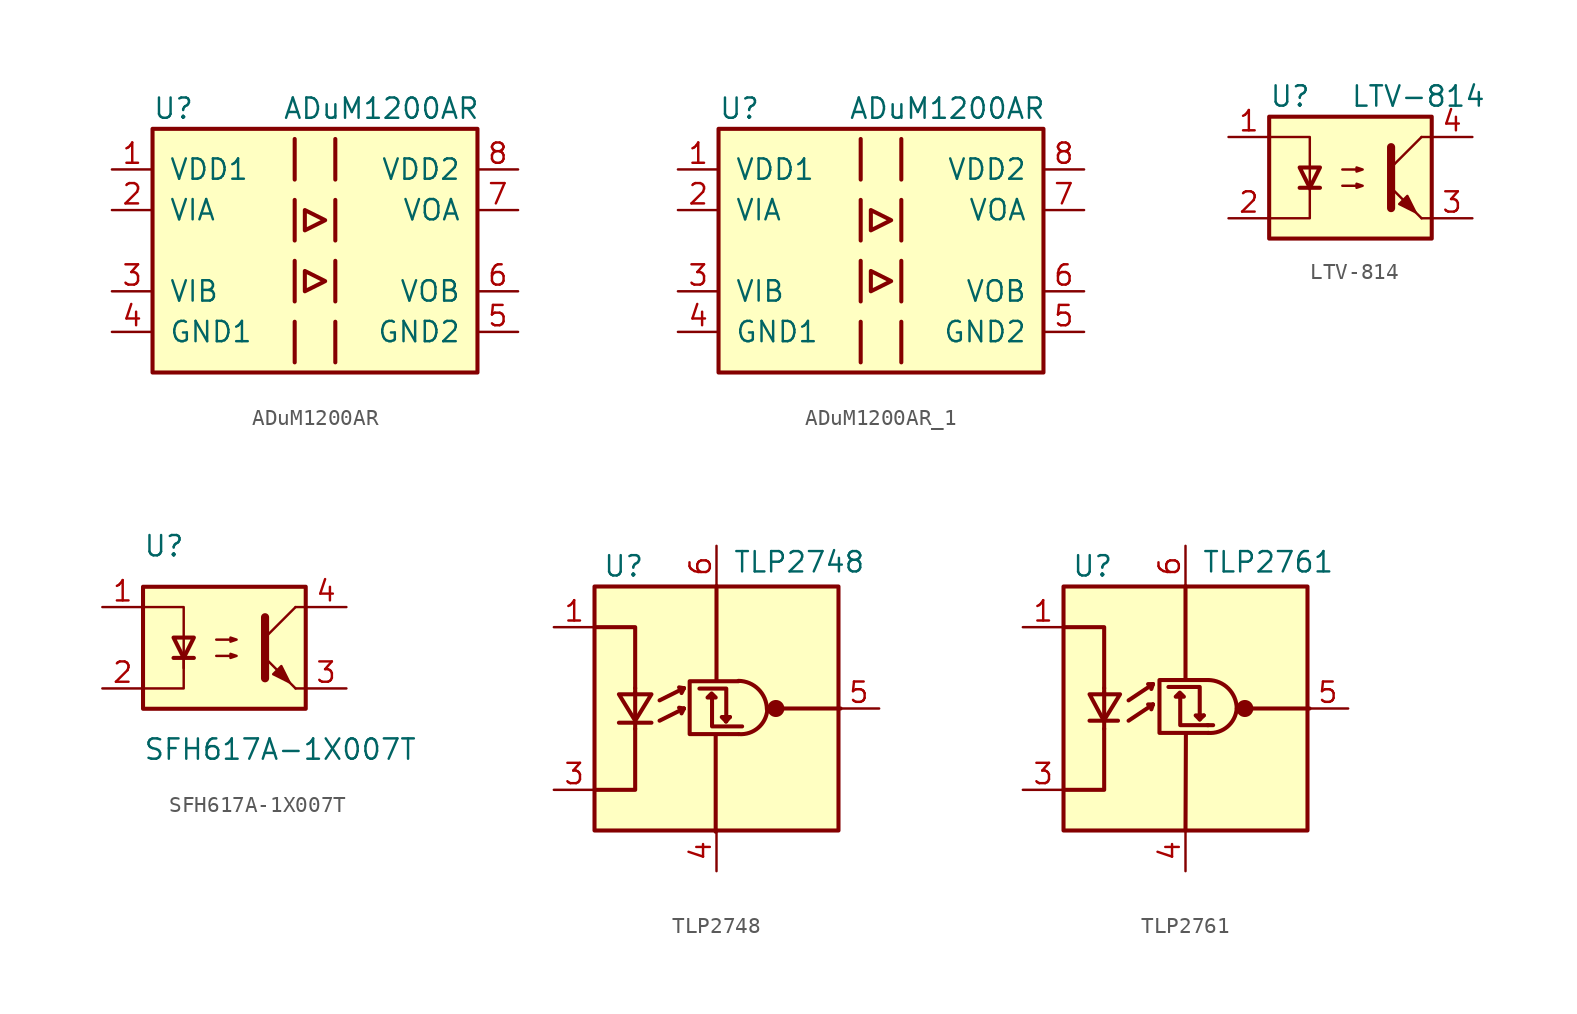
<source format=kicad_sym>
(kicad_symbol_lib
  (version 20220914)
  (generator kicad_symbol_editor)
  (symbol "ADuM1200AR"
    (pin_names
      (offset 1.016))
    (property "Reference" "U"
      (at -10.16 8.89 0)
      (effects (font (size 1.27 1.27)) (justify left)))
    (property "Value" "ADuM1200AR"
      (at -2.032 8.89 0)
      (effects (font (size 1.27 1.27)) (justify left)))
    (symbol "ADuM1200AR_0_1"
      (rectangle (start -10.16 7.62) (end 10.16 -7.62) (stroke (width 0.254) (type default)) (fill (type background)))
      (polyline (pts (xy -1.27 -4.445) (xy -1.27 -6.985)) (stroke (width 0.254) (type default)) (fill (type none)))
      (polyline (pts (xy -1.27 -0.635) (xy -1.27 -3.175)) (stroke (width 0.254) (type default)) (fill (type none)))
      (polyline (pts (xy -1.27 3.175) (xy -1.27 0.635)) (stroke (width 0.254) (type default)) (fill (type none)))
      (polyline (pts (xy -1.27 6.985) (xy -1.27 4.445)) (stroke (width 0.254) (type default)) (fill (type none)))
      (polyline (pts (xy 1.27 -4.445) (xy 1.27 -6.985)) (stroke (width 0.254) (type default)) (fill (type none)))
      (polyline (pts (xy 1.27 -0.635) (xy 1.27 -3.175)) (stroke (width 0.254) (type default)) (fill (type none)))
      (polyline (pts (xy 1.27 3.175) (xy 1.27 0.635)) (stroke (width 0.254) (type default)) (fill (type none)))
      (polyline (pts (xy 1.27 6.985) (xy 1.27 4.445)) (stroke (width 0.254) (type default)) (fill (type none)))
      (polyline (pts (xy -0.635 -1.27) (xy -0.635 -2.54) (xy 0.635 -1.905) (xy -0.635 -1.27)) (stroke (width 0.254) (type default)) (fill (type none)))
      (polyline (pts (xy -0.635 1.27) (xy 0.635 1.905) (xy -0.635 2.54) (xy -0.635 1.27)) (stroke (width 0.254) (type default)) (fill (type none))))
    (symbol "ADuM1200AR_1_1"
      (pin power_in line (at -12.7 5.08 0) (length 2.54) (name "VDD1" (effects (font (size 1.27 1.27)))) (number "1" (effects (font (size 1.27 1.27)))))
      (pin input line (at -12.7 2.54 0) (length 2.54) (name "VIA" (effects (font (size 1.27 1.27)))) (number "2" (effects (font (size 1.27 1.27)))))
      (pin input line (at -12.7 -2.54 0) (length 2.54) (name "VIB" (effects (font (size 1.27 1.27)))) (number "3" (effects (font (size 1.27 1.27)))))
      (pin power_in line (at -12.7 -5.08 0) (length 2.54) (name "GND1" (effects (font (size 1.27 1.27)))) (number "4" (effects (font (size 1.27 1.27)))))
      (pin power_in line (at 12.7 -5.08 180) (length 2.54) (name "GND2" (effects (font (size 1.27 1.27)))) (number "5" (effects (font (size 1.27 1.27)))))
      (pin output line (at 12.7 -2.54 180) (length 2.54) (name "VOB" (effects (font (size 1.27 1.27)))) (number "6" (effects (font (size 1.27 1.27)))))
      (pin output line (at 12.7 2.54 180) (length 2.54) (name "VOA" (effects (font (size 1.27 1.27)))) (number "7" (effects (font (size 1.27 1.27)))))
      (pin power_in line (at 12.7 5.08 180) (length 2.54) (name "VDD2" (effects (font (size 1.27 1.27)))) (number "8" (effects (font (size 1.27 1.27)))))))
  (symbol "ADuM1200AR_1"
    (pin_names
      (offset 1.016))
    (property "Reference" "U"
      (at -10.16 8.89 0)
      (effects (font (size 1.27 1.27)) (justify left)))
    (property "Value" "ADuM1200AR"
      (at -2.032 8.89 0)
      (effects (font (size 1.27 1.27)) (justify left)))
    (symbol "ADuM1200AR_1_0_1"
      (rectangle (start -10.16 7.62) (end 10.16 -7.62) (stroke (width 0.254) (type default)) (fill (type background)))
      (polyline (pts (xy -1.27 -4.445) (xy -1.27 -6.985)) (stroke (width 0.254) (type default)) (fill (type none)))
      (polyline (pts (xy -1.27 -0.635) (xy -1.27 -3.175)) (stroke (width 0.254) (type default)) (fill (type none)))
      (polyline (pts (xy -1.27 3.175) (xy -1.27 0.635)) (stroke (width 0.254) (type default)) (fill (type none)))
      (polyline (pts (xy -1.27 6.985) (xy -1.27 4.445)) (stroke (width 0.254) (type default)) (fill (type none)))
      (polyline (pts (xy 1.27 -4.445) (xy 1.27 -6.985)) (stroke (width 0.254) (type default)) (fill (type none)))
      (polyline (pts (xy 1.27 -0.635) (xy 1.27 -3.175)) (stroke (width 0.254) (type default)) (fill (type none)))
      (polyline (pts (xy 1.27 3.175) (xy 1.27 0.635)) (stroke (width 0.254) (type default)) (fill (type none)))
      (polyline (pts (xy 1.27 6.985) (xy 1.27 4.445)) (stroke (width 0.254) (type default)) (fill (type none)))
      (polyline (pts (xy -0.635 -1.27) (xy -0.635 -2.54) (xy 0.635 -1.905) (xy -0.635 -1.27)) (stroke (width 0.254) (type default)) (fill (type none)))
      (polyline (pts (xy -0.635 1.27) (xy 0.635 1.905) (xy -0.635 2.54) (xy -0.635 1.27)) (stroke (width 0.254) (type default)) (fill (type none))))
    (symbol "ADuM1200AR_1_1_1"
      (pin power_in line (at -12.7 5.08 0) (length 2.54) (name "VDD1" (effects (font (size 1.27 1.27)))) (number "1" (effects (font (size 1.27 1.27)))))
      (pin input line (at -12.7 2.54 0) (length 2.54) (name "VIA" (effects (font (size 1.27 1.27)))) (number "2" (effects (font (size 1.27 1.27)))))
      (pin input line (at -12.7 -2.54 0) (length 2.54) (name "VIB" (effects (font (size 1.27 1.27)))) (number "3" (effects (font (size 1.27 1.27)))))
      (pin power_in line (at -12.7 -5.08 0) (length 2.54) (name "GND1" (effects (font (size 1.27 1.27)))) (number "4" (effects (font (size 1.27 1.27)))))
      (pin power_in line (at 12.7 -5.08 180) (length 2.54) (name "GND2" (effects (font (size 1.27 1.27)))) (number "5" (effects (font (size 1.27 1.27)))))
      (pin output line (at 12.7 -2.54 180) (length 2.54) (name "VOB" (effects (font (size 1.27 1.27)))) (number "6" (effects (font (size 1.27 1.27)))))
      (pin output line (at 12.7 2.54 180) (length 2.54) (name "VOA" (effects (font (size 1.27 1.27)))) (number "7" (effects (font (size 1.27 1.27)))))
      (pin power_in line (at 12.7 5.08 180) (length 2.54) (name "VDD2" (effects (font (size 1.27 1.27)))) (number "8" (effects (font (size 1.27 1.27)))))))
  (symbol "LTV-814"
    (pin_names
      (offset 1.016))
    (property "Reference" "U"
      (at -5.08 5.08 0)
      (effects (font (size 1.27 1.27)) (justify left)))
    (property "Value" "LTV-814"
      (at 0 5.08 0)
      (effects (font (size 1.27 1.27)) (justify left)))
    (symbol "LTV-814_0_1"
      (rectangle (start -5.08 3.81) (end 5.08 -3.81) (stroke (width 0.254) (type default)) (fill (type background)))
      (polyline (pts (xy -3.175 -0.635) (xy -1.905 -0.635)) (stroke (width 0.254) (type default)) (fill (type none)))
      (polyline (pts (xy 2.54 0.635) (xy 4.445 2.54)) (stroke (width 0) (type default)) (fill (type none)))
      (polyline (pts (xy 4.445 -2.54) (xy 2.54 -0.635)) (stroke (width 0) (type default)) (fill (type outline)))
      (polyline (pts (xy 4.445 -2.54) (xy 5.08 -2.54)) (stroke (width 0) (type default)) (fill (type none)))
      (polyline (pts (xy 4.445 2.54) (xy 5.08 2.54)) (stroke (width 0) (type default)) (fill (type none)))
      (polyline (pts (xy -5.08 2.54) (xy -2.54 2.54) (xy -2.54 -0.762)) (stroke (width 0) (type default)) (fill (type none)))
      (polyline (pts (xy -2.54 -0.635) (xy -2.54 -2.54) (xy -5.08 -2.54)) (stroke (width 0) (type default)) (fill (type none)))
      (polyline (pts (xy 2.54 1.905) (xy 2.54 -1.905) (xy 2.54 -1.905)) (stroke (width 0.508) (type default)) (fill (type none)))
      (polyline (pts (xy -2.54 -0.635) (xy -3.175 0.635) (xy -1.905 0.635) (xy -2.54 -0.635)) (stroke (width 0.254) (type default)) (fill (type none)))
      (polyline (pts (xy -0.508 -0.508) (xy 0.762 -0.508) (xy 0.381 -0.635) (xy 0.381 -0.381) (xy 0.762 -0.508)) (stroke (width 0) (type default)) (fill (type none)))
      (polyline (pts (xy -0.508 0.508) (xy 0.762 0.508) (xy 0.381 0.381) (xy 0.381 0.635) (xy 0.762 0.508)) (stroke (width 0) (type default)) (fill (type none)))
      (polyline (pts (xy 3.048 -1.651) (xy 3.556 -1.143) (xy 4.064 -2.159) (xy 3.048 -1.651) (xy 3.048 -1.651)) (stroke (width 0) (type default)) (fill (type outline))))
    (symbol "LTV-814_1_1"
      (pin passive line (at -7.62 2.54 0) (length 2.54) (name "~" (effects (font (size 1.27 1.27)))) (number "1" (effects (font (size 1.27 1.27)))))
      (pin passive line (at -7.62 -2.54 0) (length 2.54) (name "~" (effects (font (size 1.27 1.27)))) (number "2" (effects (font (size 1.27 1.27)))))
      (pin passive line (at 7.62 -2.54 180) (length 2.54) (name "~" (effects (font (size 1.27 1.27)))) (number "3" (effects (font (size 1.27 1.27)))))
      (pin passive line (at 7.62 2.54 180) (length 2.54) (name "~" (effects (font (size 1.27 1.27)))) (number "4" (effects (font (size 1.27 1.27)))))))
  (symbol "SFH617A-1X007T"
    (pin_names
      (offset 1.016))
    (property "Reference" "U"
      (at -5.08 6.35 0)
      (effects (font (size 1.27 1.27)) (justify left)))
    (property "Value" "SFH617A-1X007T"
      (at -5.08 -6.35 0)
      (effects (font (size 1.27 1.27)) (justify left)))
    (symbol "SFH617A-1X007T_0_1"
      (rectangle (start -5.08 3.81) (end 5.08 -3.81) (stroke (width 0.254) (type default)) (fill (type background)))
      (polyline (pts (xy -3.175 -0.635) (xy -1.905 -0.635)) (stroke (width 0.254) (type default)) (fill (type none)))
      (polyline (pts (xy 2.54 0.635) (xy 4.445 2.54)) (stroke (width 0) (type default)) (fill (type none)))
      (polyline (pts (xy 4.445 -2.54) (xy 2.54 -0.635)) (stroke (width 0) (type default)) (fill (type outline)))
      (polyline (pts (xy 4.445 -2.54) (xy 5.08 -2.54)) (stroke (width 0) (type default)) (fill (type none)))
      (polyline (pts (xy 4.445 2.54) (xy 5.08 2.54)) (stroke (width 0) (type default)) (fill (type none)))
      (polyline (pts (xy -2.54 -0.635) (xy -2.54 -2.54) (xy -5.08 -2.54)) (stroke (width 0) (type default)) (fill (type none)))
      (polyline (pts (xy 2.54 1.905) (xy 2.54 -1.905) (xy 2.54 -1.905)) (stroke (width 0.508) (type default)) (fill (type none)))
      (polyline (pts (xy -5.08 2.54) (xy -2.54 2.54) (xy -2.54 -1.27) (xy -2.54 0.635)) (stroke (width 0) (type default)) (fill (type none)))
      (polyline (pts (xy -2.54 -0.635) (xy -3.175 0.635) (xy -1.905 0.635) (xy -2.54 -0.635)) (stroke (width 0.254) (type default)) (fill (type none)))
      (polyline (pts (xy -0.508 -0.508) (xy 0.762 -0.508) (xy 0.381 -0.635) (xy 0.381 -0.381) (xy 0.762 -0.508)) (stroke (width 0) (type default)) (fill (type none)))
      (polyline (pts (xy -0.508 0.508) (xy 0.762 0.508) (xy 0.381 0.381) (xy 0.381 0.635) (xy 0.762 0.508)) (stroke (width 0) (type default)) (fill (type none)))
      (polyline (pts (xy 3.048 -1.651) (xy 3.556 -1.143) (xy 4.064 -2.159) (xy 3.048 -1.651) (xy 3.048 -1.651)) (stroke (width 0) (type default)) (fill (type outline))))
    (symbol "SFH617A-1X007T_1_1"
      (pin passive line (at -7.62 2.54 0) (length 2.54) (name "~" (effects (font (size 1.27 1.27)))) (number "1" (effects (font (size 1.27 1.27)))))
      (pin passive line (at -7.62 -2.54 0) (length 2.54) (name "~" (effects (font (size 1.27 1.27)))) (number "2" (effects (font (size 1.27 1.27)))))
      (pin passive line (at 7.62 -2.54 180) (length 2.54) (name "~" (effects (font (size 1.27 1.27)))) (number "3" (effects (font (size 1.27 1.27)))))
      (pin passive line (at 7.62 2.54 180) (length 2.54) (name "~" (effects (font (size 1.27 1.27)))) (number "4" (effects (font (size 1.27 1.27)))))))
  (symbol "TLP2748"
    (pin_names
      (offset 1.016) hide)
    (property "Reference" "U"
      (at -7.112 8.89 0)
      (effects (font (size 1.27 1.27)) (justify left)))
    (property "Value" "TLP2748"
      (at 1.016 9.144 0)
      (effects (font (size 1.27 1.27)) (justify left)))
    (symbol "TLP2748_0_1"
      (rectangle (start -7.62 7.62) (end 7.62 -7.62) (stroke (width 0.254) (type default)) (fill (type background)))
      (polyline (pts (xy -6.096 -0.889) (xy -4.064 -0.889)) (stroke (width 0.254) (type default)) (fill (type none)))
      (polyline (pts (xy -5.08 -1.27) (xy -5.08 -0.914)) (stroke (width 0.254) (type default)) (fill (type none)))
      (polyline (pts (xy -5.08 1.016) (xy -5.08 -0.762)) (stroke (width 0.254) (type default)) (fill (type none)))
      (polyline (pts (xy -5.08 1.27) (xy -5.08 0.914)) (stroke (width 0.254) (type default)) (fill (type none)))
      (polyline (pts (xy -3.556 -0.762) (xy -2.032 0)) (stroke (width 0.254) (type default)) (fill (type none)))
      (polyline (pts (xy -3.556 0.508) (xy -2.032 1.27)) (stroke (width 0.254) (type default)) (fill (type none)))
      (polyline (pts (xy -2.032 0) (xy -2.337 0.051)) (stroke (width 0.254) (type default)) (fill (type none)))
      (polyline (pts (xy -2.032 0) (xy -2.184 -0.305)) (stroke (width 0.254) (type default)) (fill (type none)))
      (polyline (pts (xy -2.032 1.27) (xy -2.337 1.321)) (stroke (width 0.254) (type default)) (fill (type none)))
      (polyline (pts (xy -2.032 1.27) (xy -2.184 0.965)) (stroke (width 0.254) (type default)) (fill (type none)))
      (polyline (pts (xy -0.051 -7.696) (xy -0.051 -1.727)) (stroke (width 0.254) (type default)) (fill (type none)))
      (polyline (pts (xy 0 7.645) (xy 0 1.803)) (stroke (width 0.254) (type default)) (fill (type none)))
      (polyline (pts (xy 0.838 -0.533) (xy 0.584 -0.813)) (stroke (width 0.254) (type default)) (fill (type none)))
      (polyline (pts (xy 7.747 0) (xy 4.064 0)) (stroke (width 0.254) (type default)) (fill (type none)))
      (polyline (pts (xy -7.62 -5.08) (xy -5.08 -5.08) (xy -5.08 -1.27)) (stroke (width 0.254) (type default)) (fill (type none)))
      (polyline (pts (xy -5.08 1.27) (xy -5.08 5.08) (xy -7.62 5.08)) (stroke (width 0.254) (type default)) (fill (type none)))
      (polyline (pts (xy -0.279 0.66) (xy -0.279 -1.118) (xy 1.6 -1.118)) (stroke (width 0.254) (type default)) (fill (type none)))
      (polyline (pts (xy 0.584 -0.787) (xy 0.33 -0.533) (xy 0.838 -0.533)) (stroke (width 0.254) (type default)) (fill (type none)))
      (polyline (pts (xy 0.61 -0.813) (xy 0.61 1.245) (xy -1.067 1.245)) (stroke (width 0.254) (type default)) (fill (type none)))
      (polyline (pts (xy -6.096 0.889) (xy -4.064 0.889) (xy -5.08 -0.762) (xy -6.096 0.889)) (stroke (width 0.254) (type default)) (fill (type none)))
      (polyline (pts (xy -0.305 0.94) (xy -0.559 0.686) (xy -0.051 0.686) (xy -0.305 0.94)) (stroke (width 0.254) (type default)) (fill (type none)))
      (polyline (pts (xy 1.372 1.702) (xy -1.676 1.702) (xy -1.676 -1.6) (xy 1.372 -1.6)) (stroke (width 0.254) (type default)) (fill (type none)))
      (arc (start 1.397 -1.6002) (mid 2.6016 -1.2064) (end 3.175 -0.0762) (stroke (width 0.254) (type default)) (fill (type none)))
      (arc (start 3.1496 -0.0508) (mid 2.6274 1.1973) (end 1.3716 1.7272) (stroke (width 0.254) (type default)) (fill (type none)))
      (circle (center 3.708 0) (radius 0.457) (stroke (width 0) (type default)) (fill (type outline))))
    (symbol "TLP2748_1_1"
      (pin passive line (at -10.16 5.08 0) (length 2.54) (name "A" (effects (font (size 1.27 1.27)))) (number "1" (effects (font (size 1.27 1.27)))))
      (pin no_connect line (at -7.62 0 0) (length 2.54) hide (name "NC" (effects (font (size 1.27 1.27)))) (number "2" (effects (font (size 1.27 1.27)))))
      (pin passive line (at -10.16 -5.08 0) (length 2.54) (name "K" (effects (font (size 1.27 1.27)))) (number "3" (effects (font (size 1.27 1.27)))))
      (pin power_in line (at 0 -10.16 90) (length 2.54) (name "GND" (effects (font (size 1.27 1.27)))) (number "4" (effects (font (size 1.27 1.27)))))
      (pin output line (at 10.16 0 180) (length 2.54) (name "VO" (effects (font (size 1.27 1.27)))) (number "5" (effects (font (size 1.27 1.27)))))
      (pin power_in line (at 0 10.16 270) (length 2.54) (name "VDD" (effects (font (size 1.27 1.27)))) (number "6" (effects (font (size 1.27 1.27)))))))
  (symbol "TLP2761"
    (pin_names
      (offset 1.016) hide)
    (property "Reference" "U"
      (at -7.112 8.89 0)
      (effects (font (size 1.27 1.27)) (justify left)))
    (property "Value" "TLP2761"
      (at 1.016 9.144 0)
      (effects (font (size 1.27 1.27)) (justify left)))
    (symbol "TLP2761_0_1"
      (rectangle (start -7.62 7.62) (end 7.62 -7.62) (stroke (width 0.254) (type default)) (fill (type background)))
      (polyline (pts (xy -5.994 -0.762) (xy -4.216 -0.762)) (stroke (width 0.254) (type default)) (fill (type none)))
      (polyline (pts (xy -5.08 -1.27) (xy -5.08 -0.762)) (stroke (width 0.254) (type default)) (fill (type none)))
      (polyline (pts (xy -5.08 1.016) (xy -5.08 -0.762)) (stroke (width 0.254) (type default)) (fill (type none)))
      (polyline (pts (xy -5.08 1.27) (xy -5.08 1.016)) (stroke (width 0.254) (type default)) (fill (type none)))
      (polyline (pts (xy -3.556 -0.762) (xy -2.032 0.254)) (stroke (width 0.254) (type default)) (fill (type none)))
      (polyline (pts (xy -3.556 0.508) (xy -2.032 1.524)) (stroke (width 0.254) (type default)) (fill (type none)))
      (polyline (pts (xy -2.032 0.254) (xy -2.337 0.254)) (stroke (width 0.254) (type default)) (fill (type none)))
      (polyline (pts (xy -2.032 0.254) (xy -2.134 -0.051)) (stroke (width 0.254) (type default)) (fill (type none)))
      (polyline (pts (xy -2.032 1.524) (xy -2.337 1.524)) (stroke (width 0.254) (type default)) (fill (type none)))
      (polyline (pts (xy -2.032 1.524) (xy -2.134 1.219)) (stroke (width 0.254) (type default)) (fill (type none)))
      (polyline (pts (xy 0 -7.62) (xy 0.025 -1.549)) (stroke (width 0.254) (type default)) (fill (type none)))
      (polyline (pts (xy 0 7.645) (xy 0 1.854)) (stroke (width 0.254) (type default)) (fill (type none)))
      (polyline (pts (xy 0.889 -0.686) (xy 1.143 -0.432)) (stroke (width 0.254) (type default)) (fill (type none)))
      (polyline (pts (xy 1.372 -1.041) (xy 1.727 -1.041)) (stroke (width 0.254) (type default)) (fill (type none)))
      (polyline (pts (xy 4.14 0) (xy 7.747 0)) (stroke (width 0.254) (type default)) (fill (type none)))
      (polyline (pts (xy -7.62 -5.08) (xy -5.08 -5.08) (xy -5.08 -1.27)) (stroke (width 0.254) (type default)) (fill (type none)))
      (polyline (pts (xy -5.08 1.27) (xy -5.08 5.08) (xy -7.62 5.08)) (stroke (width 0.254) (type default)) (fill (type none)))
      (polyline (pts (xy -0.33 0.686) (xy -0.33 -1.041) (xy 1.422 -1.041)) (stroke (width 0.254) (type default)) (fill (type none)))
      (polyline (pts (xy 0.889 -0.686) (xy 0.635 -0.432) (xy 1.143 -0.432)) (stroke (width 0.254) (type default)) (fill (type none)))
      (polyline (pts (xy 0.889 -0.381) (xy 0.889 1.346) (xy -1.067 1.346)) (stroke (width 0.254) (type default)) (fill (type none)))
      (polyline (pts (xy -5.994 0.889) (xy -4.089 0.889) (xy -5.105 -0.762) (xy -5.994 0.889)) (stroke (width 0.254) (type default)) (fill (type none)))
      (polyline (pts (xy -0.356 0.991) (xy -0.61 0.737) (xy -0.102 0.737) (xy -0.356 0.991)) (stroke (width 0.254) (type default)) (fill (type none)))
      (polyline (pts (xy 1.422 1.778) (xy -1.626 1.778) (xy -1.626 -1.524) (xy 1.422 -1.524)) (stroke (width 0.254) (type default)) (fill (type none)))
      (arc (start 1.4224 -1.524) (mid 2.627 -1.1302) (end 3.2004 0) (stroke (width 0.254) (type default)) (fill (type none)))
      (arc (start 3.2004 0) (mid 2.6782 1.2481) (end 1.4224 1.778) (stroke (width 0.254) (type default)) (fill (type none)))
      (circle (center 3.708 0) (radius 0.457) (stroke (width 0) (type default)) (fill (type outline))))
    (symbol "TLP2761_1_1"
      (pin passive line (at -10.16 5.08 0) (length 2.54) (name "A" (effects (font (size 1.27 1.27)))) (number "1" (effects (font (size 1.27 1.27)))))
      (pin no_connect line (at -7.62 0 0) (length 2.54) hide (name "NC" (effects (font (size 1.27 1.27)))) (number "2" (effects (font (size 1.27 1.27)))))
      (pin passive line (at -10.16 -5.08 0) (length 2.54) (name "K" (effects (font (size 1.27 1.27)))) (number "3" (effects (font (size 1.27 1.27)))))
      (pin power_in line (at 0 -10.16 90) (length 2.54) (name "GND" (effects (font (size 1.27 1.27)))) (number "4" (effects (font (size 1.27 1.27)))))
      (pin output line (at 10.16 0 180) (length 2.54) (name "VO" (effects (font (size 1.27 1.27)))) (number "5" (effects (font (size 1.27 1.27)))))
      (pin power_in line (at 0 10.16 270) (length 2.54) (name "VDD" (effects (font (size 1.27 1.27)))) (number "6" (effects (font (size 1.27 1.27))))))))
</source>
